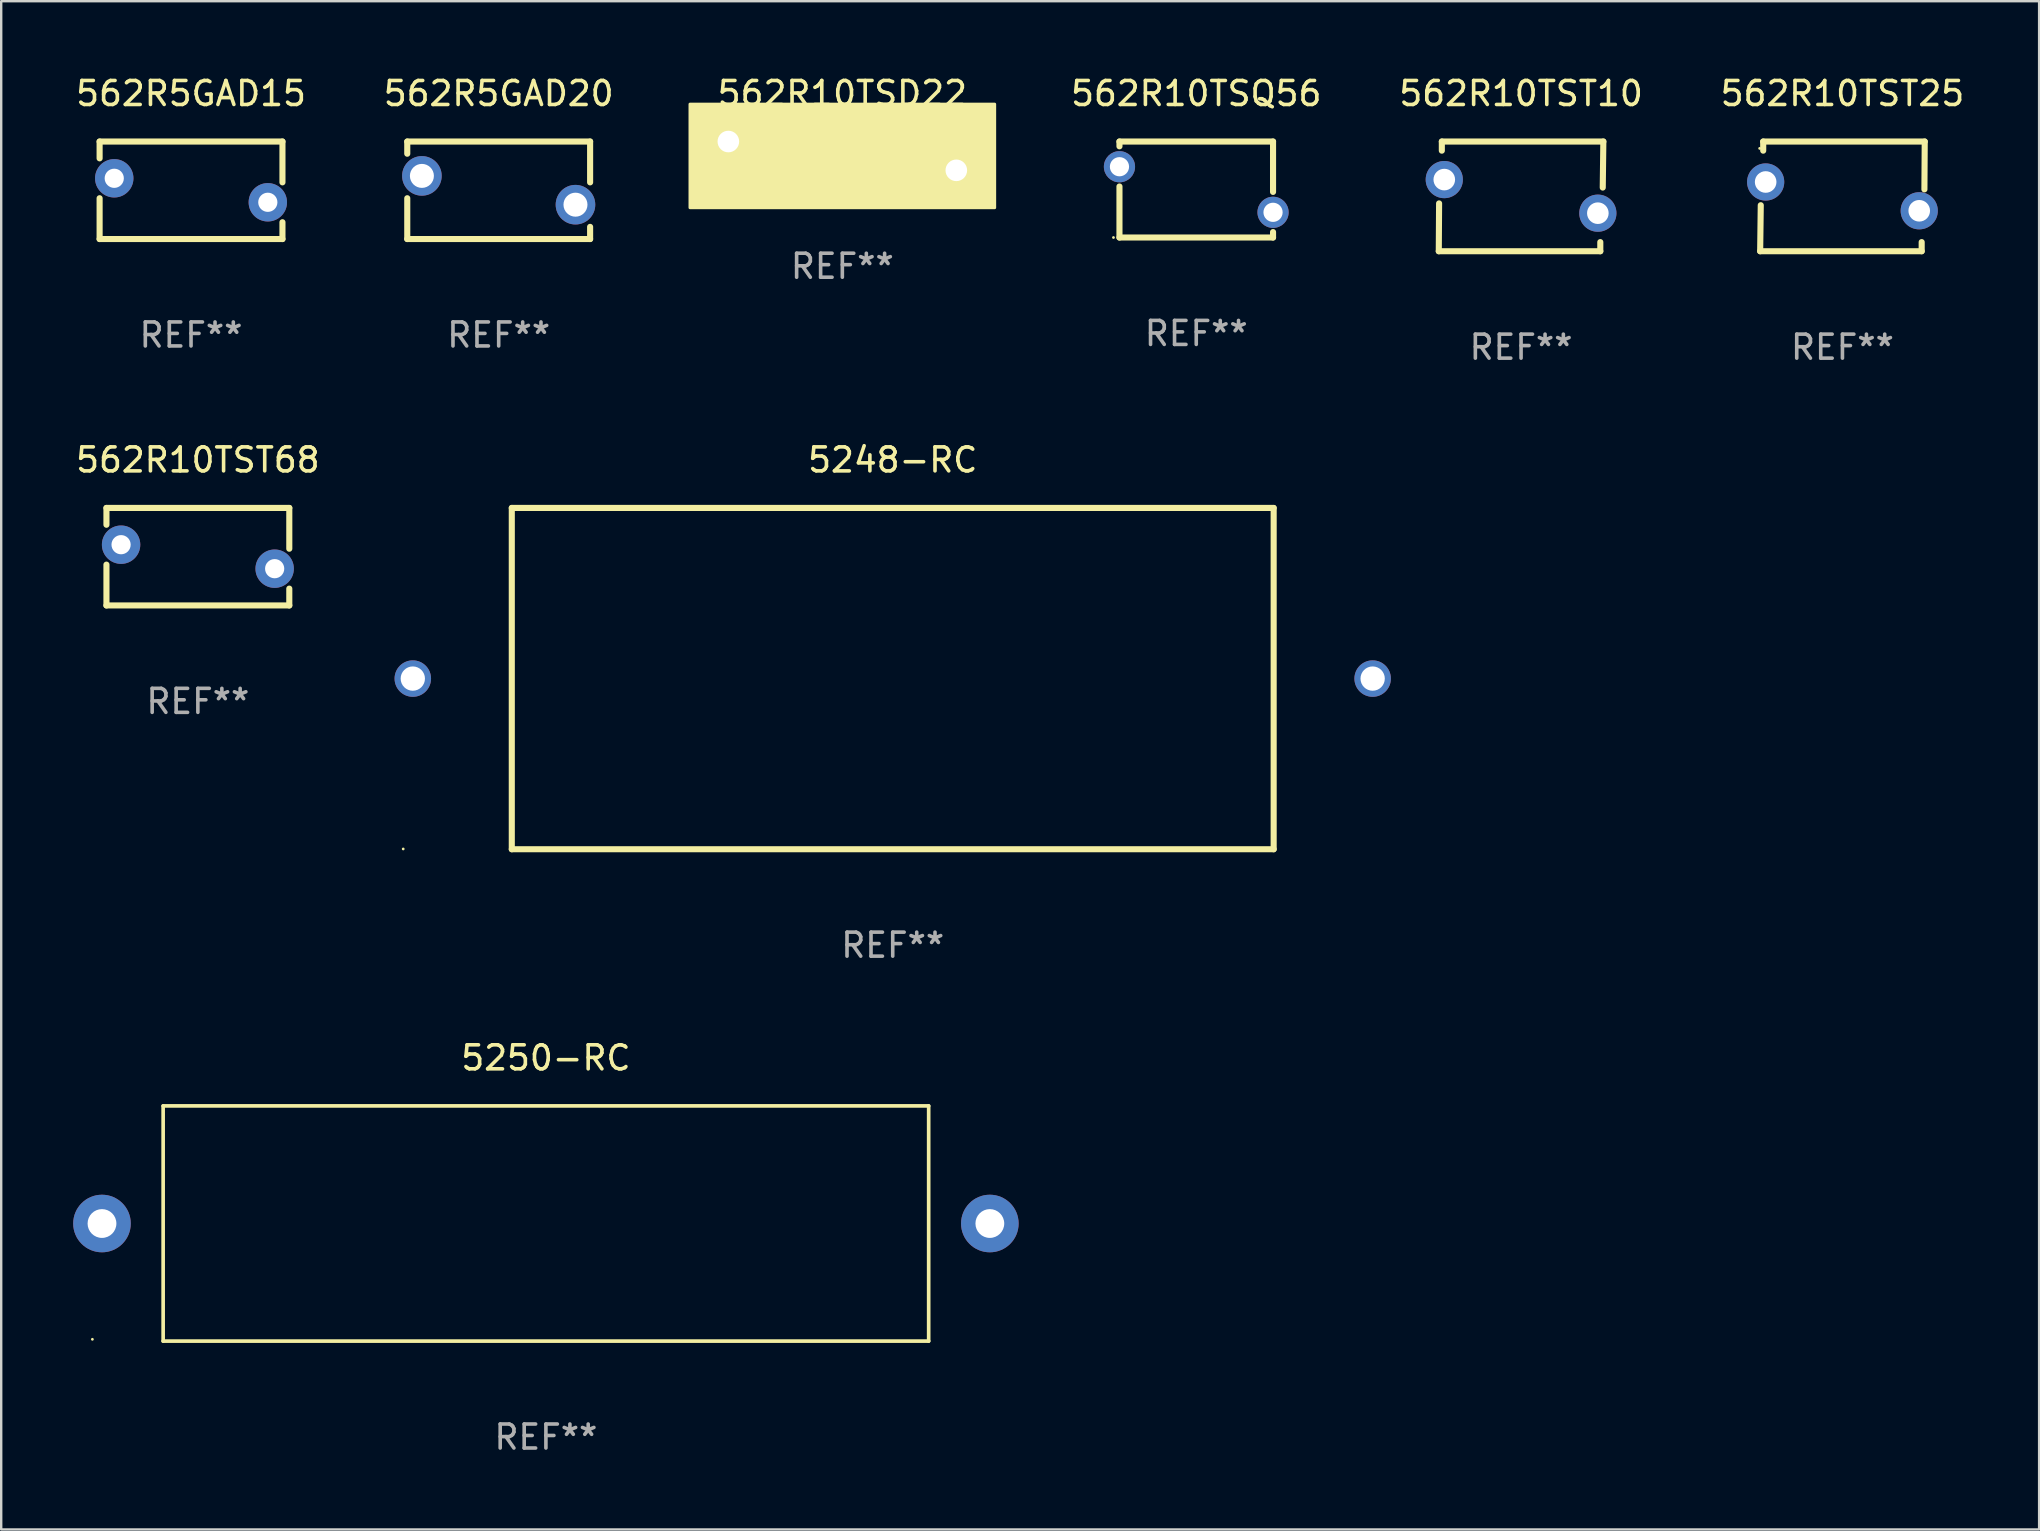
<source format=kicad_pcb>
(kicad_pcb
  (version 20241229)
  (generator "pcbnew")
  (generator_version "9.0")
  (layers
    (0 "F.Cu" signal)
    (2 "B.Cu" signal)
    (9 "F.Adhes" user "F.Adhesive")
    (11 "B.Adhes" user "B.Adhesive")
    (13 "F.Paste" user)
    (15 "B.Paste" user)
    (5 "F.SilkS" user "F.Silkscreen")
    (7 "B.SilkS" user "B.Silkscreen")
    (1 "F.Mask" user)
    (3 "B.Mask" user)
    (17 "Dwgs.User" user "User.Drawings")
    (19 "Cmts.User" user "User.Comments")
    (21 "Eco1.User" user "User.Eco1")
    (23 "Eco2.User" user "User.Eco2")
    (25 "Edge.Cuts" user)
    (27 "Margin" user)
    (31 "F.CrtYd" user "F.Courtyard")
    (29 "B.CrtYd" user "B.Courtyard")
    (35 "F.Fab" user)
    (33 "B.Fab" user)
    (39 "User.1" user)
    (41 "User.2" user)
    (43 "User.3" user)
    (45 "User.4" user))
  (footprint "562R10TST25"
    (layer "F.Cu")
    (at 73.731 5.134)
    (property "Reference" "562R10TST25" (at 0 -4.286 0) (layer "F.SilkS") (effects (font (size 1 1) (thickness 0.15))))
    (attr through_hole)
    (fp_line (start -3.429 2.286) (end -3.404 0.368) (stroke (width 0.254) (type solid)) (layer "F.SilkS"))
    (fp_line (start -3.302 -2.286) (end 3.429 -2.286) (stroke (width 0.254) (type solid)) (layer "F.SilkS"))
    (fp_line (start -3.302 -1.905) (end -3.302 -2.286) (stroke (width 0.254) (type solid)) (layer "F.SilkS"))
    (fp_line (start 3.302 1.905) (end 3.302 2.286) (stroke (width 0.254) (type solid)) (layer "F.SilkS"))
    (fp_line (start 3.302 2.286) (end -3.429 2.286) (stroke (width 0.254) (type solid)) (layer "F.SilkS"))
    (fp_line (start 3.429 -2.286) (end 3.416 -0.292) (stroke (width 0.254) (type solid)) (layer "F.SilkS"))
    (fp_circle (center -3.45 -2) (end -3.42 -2) (stroke (width 0.06) (type solid)) (fill no) (layer "F.SilkS"))
    (fp_text user "REF**" (at 0 6.286 0) (layer "F.Fab") (effects (font (size 1 1) (thickness 0.15))))
    (pad "1" thru_hole circle (at -3.2 -0.6) (size 1.55 1.55) (drill 0.9) (layers "*.Cu" "*.Mask"))
    (pad "2" thru_hole circle (at 3.2 0.6) (size 1.55 1.55) (drill 0.9) (layers "*.Cu" "*.Mask")))
  (footprint "562R10TST10"
    (layer "F.Cu")
    (at 60.338 5.134)
    (property "Reference" "562R10TST10" (at 0 -4.286 0) (layer "F.SilkS") (effects (font (size 1 1) (thickness 0.15))))
    (attr through_hole)
    (fp_line (start -3.429 2.286) (end -3.416 0.292) (stroke (width 0.254) (type solid)) (layer "F.SilkS"))
    (fp_line (start -3.302 -2.286) (end 3.429 -2.286) (stroke (width 0.254) (type solid)) (layer "F.SilkS"))
    (fp_line (start -3.302 -1.905) (end -3.302 -2.286) (stroke (width 0.254) (type solid)) (layer "F.SilkS"))
    (fp_line (start 3.302 1.905) (end 3.302 2.286) (stroke (width 0.254) (type solid)) (layer "F.SilkS"))
    (fp_line (start 3.302 2.286) (end -3.429 2.286) (stroke (width 0.254) (type solid)) (layer "F.SilkS"))
    (fp_line (start 3.429 -2.286) (end 3.404 -0.368) (stroke (width 0.254) (type solid)) (layer "F.SilkS"))
    (fp_circle (center -3.455 2) (end -3.425 2) (stroke (width 0.06) (type solid)) (fill no) (layer "F.SilkS"))
    (fp_text user "REF**" (at 0 6.286 0) (layer "F.Fab") (effects (font (size 1 1) (thickness 0.15))))
    (pad "1" thru_hole circle (at -3.2 -0.7) (size 1.55 1.55) (drill 0.9) (layers "*.Cu" "*.Mask"))
    (pad "2" thru_hole circle (at 3.2 0.7) (size 1.55 1.55) (drill 0.9) (layers "*.Cu" "*.Mask")))
  (footprint "562R10TSQ56"
    (layer "F.Cu")
    (at 46.802 4.848)
    (property "Reference" "562R10TSQ56" (at 0 -4 0) (layer "F.SilkS") (effects (font (size 1 1) (thickness 0.15))))
    (attr through_hole)
    (fp_line (start -3.2 -2) (end -3.2 -1.8) (stroke (width 0.254) (type solid)) (layer "F.SilkS"))
    (fp_line (start -3.2 -0.127) (end -3.2 2) (stroke (width 0.254) (type solid)) (layer "F.SilkS"))
    (fp_line (start -3.2 2) (end 3.2 2) (stroke (width 0.254) (type solid)) (layer "F.SilkS"))
    (fp_line (start 3.2 -2) (end -3.2 -2) (stroke (width 0.254) (type solid)) (layer "F.SilkS"))
    (fp_line (start 3.2 0.1) (end 3.2 -2) (stroke (width 0.254) (type solid)) (layer "F.SilkS"))
    (fp_line (start 3.2 2) (end 3.2 1.773) (stroke (width 0.254) (type solid)) (layer "F.SilkS"))
    (fp_circle (center -3.45 2) (end -3.42 2) (stroke (width 0.06) (type solid)) (fill no) (layer "F.SilkS"))
    (fp_text user "REF**" (at 0 6 0) (layer "F.Fab") (effects (font (size 1 1) (thickness 0.15))))
    (pad "1" thru_hole circle (at -3.2 -0.95) (size 1.3 1.3) (drill 0.8) (layers "*.Cu" "*.Mask"))
    (pad "2" thru_hole circle (at 3.2 0.95) (size 1.3 1.3) (drill 0.8) (layers "*.Cu" "*.Mask")))
  (footprint "562R10TSD22"
    (layer "F.Cu")
    (at 32.053 3.448)
    (property "Reference" "562R10TSD22" (at 0 -2.6 0) (layer "F.SilkS") (effects (font (size 1 1) (thickness 0.15))))
    (attr through_hole)
    (fp_circle (center -6.2 -2) (end -6.17 -2) (stroke (width 0.06) (type solid)) (fill no) (layer "F.SilkS"))
    (fp_poly (pts (xy -6.35 -2.159) (xy 6.35 -2.159) (xy 6.35 2.159) (xy -6.35 2.159)) (stroke (width 0.12) (type solid)) (fill yes) (layer "F.SilkS"))
    (fp_text user "REF**" (at 0 4.6 0) (layer "F.Fab") (effects (font (size 1 1) (thickness 0.15))))
    (pad "1" thru_hole circle (at -4.75 -0.6) (size 1.524 1.524) (drill 0.9) (layers "*.Cu" "*.Mask"))
    (pad "2" thru_hole circle (at 4.75 0.6) (size 1.524 1.524) (drill 0.9) (layers "*.Cu" "*.Mask")))
  (footprint "5250-RC"
    (layer "F.Cu")
    (at 19.7 47.938)
    (property "Reference" "5250-RC" (at 0 -6.901 0) (layer "F.SilkS") (effects (font (size 1 1) (thickness 0.15))))
    (attr through_hole)
    (fp_line (start -15.951 -4.901) (end 15.951 -4.901) (stroke (width 0.152) (type solid)) (layer "F.SilkS"))
    (fp_line (start -15.951 4.901) (end -15.951 -4.901) (stroke (width 0.152) (type solid)) (layer "F.SilkS"))
    (fp_line (start 15.951 -4.901) (end 15.951 4.901) (stroke (width 0.152) (type solid)) (layer "F.SilkS"))
    (fp_line (start 15.951 4.901) (end -15.951 4.901) (stroke (width 0.152) (type solid)) (layer "F.SilkS"))
    (fp_circle (center -18.9 4.825) (end -18.87 4.825) (stroke (width 0.06) (type solid)) (fill no) (layer "F.SilkS"))
    (fp_text user "REF**" (at 0 8.901 0) (layer "F.Fab") (effects (font (size 1 1) (thickness 0.15))))
    (pad "1" thru_hole circle (at -18.5 0) (size 2.4 2.4) (drill 1.2) (layers "*.Cu" "*.Mask"))
    (pad "2" thru_hole circle (at 18.5 0) (size 2.4 2.4) (drill 1.2) (layers "*.Cu" "*.Mask")))
  (footprint "5248-RC"
    (layer "F.Cu")
    (at 34.153 25.229)
    (property "Reference" "5248-RC" (at 0 -9.112 0) (layer "F.SilkS") (effects (font (size 1 1) (thickness 0.15))))
    (attr through_hole)
    (fp_line (start -15.875 -7.112) (end 15.875 -7.112) (stroke (width 0.254) (type solid)) (layer "F.SilkS"))
    (fp_line (start -15.875 7.112) (end -15.875 -7.112) (stroke (width 0.254) (type solid)) (layer "F.SilkS"))
    (fp_line (start 15.875 -7.112) (end 15.875 7.112) (stroke (width 0.254) (type solid)) (layer "F.SilkS"))
    (fp_line (start 15.875 7.112) (end -15.875 7.112) (stroke (width 0.254) (type solid)) (layer "F.SilkS"))
    (fp_circle (center -20.4 7.1) (end -20.37 7.1) (stroke (width 0.06) (type solid)) (fill no) (layer "F.SilkS"))
    (fp_text user "REF**" (at 0 11.112 0) (layer "F.Fab") (effects (font (size 1 1) (thickness 0.15))))
    (pad "1" thru_hole circle (at -20 0) (size 1.52 1.52) (drill 1.013) (layers "*.Cu" "*.Mask"))
    (pad "2" thru_hole circle (at 20 0) (size 1.52 1.52) (drill 1.013) (layers "*.Cu" "*.Mask")))
  (footprint "562R5GAD15"
    (layer "F.Cu")
    (at 4.911 4.88)
    (property "Reference" "562R5GAD15" (at 0 -4.032 0) (layer "F.SilkS") (effects (font (size 1 1) (thickness 0.15))))
    (attr through_hole)
    (fp_line (start -3.81 -2.032) (end 3.81 -2.032) (stroke (width 0.254) (type solid)) (layer "F.SilkS"))
    (fp_line (start -3.81 -1.331) (end -3.81 -2.032) (stroke (width 0.254) (type solid)) (layer "F.SilkS"))
    (fp_line (start -3.81 2.032) (end -3.81 0.331) (stroke (width 0.254) (type solid)) (layer "F.SilkS"))
    (fp_line (start 3.81 -2.032) (end 3.81 -0.331) (stroke (width 0.254) (type solid)) (layer "F.SilkS"))
    (fp_line (start 3.81 1.331) (end 3.81 2.032) (stroke (width 0.254) (type solid)) (layer "F.SilkS"))
    (fp_line (start 3.81 2.032) (end -3.81 2.032) (stroke (width 0.254) (type solid)) (layer "F.SilkS"))
    (fp_circle (center -3.7 -2) (end -3.67 -2) (stroke (width 0.06) (type solid)) (fill no) (layer "F.SilkS"))
    (fp_text user "REF**" (at 0 6.032 0) (layer "F.Fab") (effects (font (size 1 1) (thickness 0.15))))
    (pad "1" thru_hole circle (at -3.2 -0.5) (size 1.6 1.6) (drill 0.8) (layers "*.Cu" "*.Mask"))
    (pad "2" thru_hole circle (at 3.2 0.5) (size 1.6 1.6) (drill 0.8) (layers "*.Cu" "*.Mask")))
  (footprint "562R5GAD20"
    (layer "F.Cu")
    (at 17.732 4.88)
    (property "Reference" "562R5GAD20" (at 0 -4.032 0) (layer "F.SilkS") (effects (font (size 1 1) (thickness 0.15))))
    (attr through_hole)
    (fp_line (start -3.81 -2.032) (end 3.81 -2.032) (stroke (width 0.254) (type solid)) (layer "F.SilkS"))
    (fp_line (start -3.81 2.032) (end -3.81 0.331) (stroke (width 0.254) (type solid)) (layer "F.SilkS"))
    (fp_line (start -3.81 -1.524) (end -3.81 -2.032) (stroke (width 0.254) (type solid)) (layer "F.SilkS"))
    (fp_line (start 3.81 -2.032) (end 3.81 -0.33) (stroke (width 0.254) (type solid)) (layer "F.SilkS"))
    (fp_line (start 3.81 2.032) (end -3.81 2.032) (stroke (width 0.254) (type solid)) (layer "F.SilkS"))
    (fp_line (start 3.81 1.524) (end 3.81 2.032) (stroke (width 0.254) (type solid)) (layer "F.SilkS"))
    (fp_circle (center -3.7 -2) (end -3.67 -2) (stroke (width 0.06) (type solid)) (fill no) (layer "F.SilkS"))
    (fp_text user "REF**" (at 0 6.032 0) (layer "F.Fab") (effects (font (size 1 1) (thickness 0.15))))
    (pad "1" thru_hole circle (at -3.2 -0.6) (size 1.65 1.65) (drill 1) (layers "*.Cu" "*.Mask"))
    (pad "2" thru_hole circle (at 3.2 0.6) (size 1.65 1.65) (drill 1) (layers "*.Cu" "*.Mask")))
  (footprint "562R10TST68"
    (layer "F.Cu")
    (at 5.196 20.149)
    (property "Reference" "562R10TST68" (at 0 -4.032 0) (layer "F.SilkS") (effects (font (size 1 1) (thickness 0.15))))
    (attr through_hole)
    (fp_line (start -3.81 -2.032) (end 3.81 -2.032) (stroke (width 0.254) (type solid)) (layer "F.SilkS"))
    (fp_line (start -3.81 -1.331) (end -3.81 -2.032) (stroke (width 0.254) (type solid)) (layer "F.SilkS"))
    (fp_line (start -3.81 2.032) (end -3.81 0.331) (stroke (width 0.254) (type solid)) (layer "F.SilkS"))
    (fp_line (start 3.81 -2.032) (end 3.81 -0.331) (stroke (width 0.254) (type solid)) (layer "F.SilkS"))
    (fp_line (start 3.81 1.331) (end 3.81 2.032) (stroke (width 0.254) (type solid)) (layer "F.SilkS"))
    (fp_line (start 3.81 2.032) (end -3.81 2.032) (stroke (width 0.254) (type solid)) (layer "F.SilkS"))
    (fp_circle (center -3.7 -2) (end -3.67 -2) (stroke (width 0.06) (type solid)) (fill no) (layer "F.SilkS"))
    (fp_text user "REF**" (at 0 6.032 0) (layer "F.Fab") (effects (font (size 1 1) (thickness 0.15))))
    (pad "1" thru_hole circle (at -3.2 -0.5) (size 1.6 1.6) (drill 0.8) (layers "*.Cu" "*.Mask"))
    (pad "2" thru_hole circle (at 3.2 0.5) (size 1.6 1.6) (drill 0.8) (layers "*.Cu" "*.Mask")))
  (gr_rect
    (start -3 -3)
    (end 81.927 60.688)
    (stroke (width 0.1) (type default))
    (fill no)
    (layer "Edge.Cuts")))
</source>
